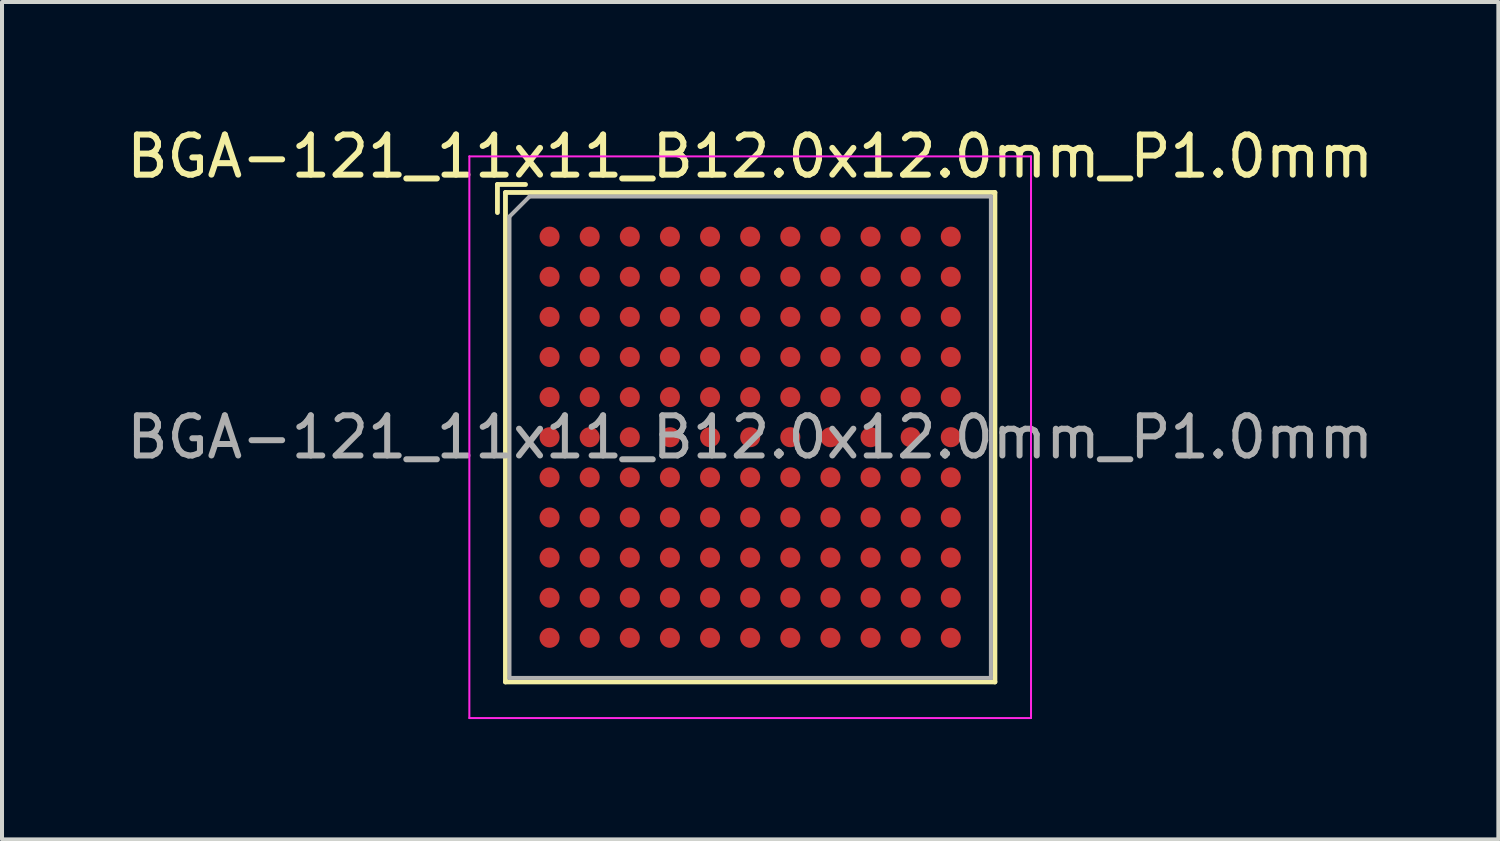
<source format=kicad_pcb>
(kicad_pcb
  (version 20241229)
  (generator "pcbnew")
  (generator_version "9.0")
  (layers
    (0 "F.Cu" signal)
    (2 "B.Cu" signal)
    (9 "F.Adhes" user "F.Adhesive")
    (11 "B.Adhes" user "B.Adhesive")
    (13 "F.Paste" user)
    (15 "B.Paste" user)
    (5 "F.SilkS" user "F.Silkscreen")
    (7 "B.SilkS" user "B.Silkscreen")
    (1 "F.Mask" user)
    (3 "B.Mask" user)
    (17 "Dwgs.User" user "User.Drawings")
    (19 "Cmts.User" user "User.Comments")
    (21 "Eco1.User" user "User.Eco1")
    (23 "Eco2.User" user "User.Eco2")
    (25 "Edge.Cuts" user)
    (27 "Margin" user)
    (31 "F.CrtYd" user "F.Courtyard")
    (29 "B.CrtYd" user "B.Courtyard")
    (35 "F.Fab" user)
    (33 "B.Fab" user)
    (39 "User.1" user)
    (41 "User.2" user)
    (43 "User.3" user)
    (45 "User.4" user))
  (footprint "BGA-121_11x11_B12.0x12.0mm_P1.0mm"
    (layer "F.Cu")
    (at 15.649 7.848)
    (property "Reference" "BGA-121_11x11_B12.0x12.0mm_P1.0mm" (at 0 -7 0) (layer "F.SilkS") (effects (font (size 1 1) (thickness 0.15))))
    (attr smd)
    (fp_line (start -6.3 -6.3) (end -5.6 -6.3) (stroke (width 0.12) (type solid)) (layer "F.SilkS"))
    (fp_line (start -6.3 -5.6) (end -6.3 -6.3) (stroke (width 0.12) (type solid)) (layer "F.SilkS"))
    (fp_line (start -6.1 -6.1) (end -6.1 6.1) (stroke (width 0.12) (type solid)) (layer "F.SilkS"))
    (fp_line (start -6.1 6.1) (end 6.1 6.1) (stroke (width 0.12) (type solid)) (layer "F.SilkS"))
    (fp_line (start 6.1 -6.1) (end -6.1 -6.1) (stroke (width 0.12) (type solid)) (layer "F.SilkS"))
    (fp_line (start 6.1 6.1) (end 6.1 -6.1) (stroke (width 0.12) (type solid)) (layer "F.SilkS"))
    (fp_line (start -7 -7) (end -7 7) (stroke (width 0.05) (type solid)) (layer "F.CrtYd"))
    (fp_line (start -7 -7) (end 7 -7) (stroke (width 0.05) (type solid)) (layer "F.CrtYd"))
    (fp_line (start 7 7) (end -7 7) (stroke (width 0.05) (type solid)) (layer "F.CrtYd"))
    (fp_line (start 7 7) (end 7 -7) (stroke (width 0.05) (type solid)) (layer "F.CrtYd"))
    (fp_line (start -6 -5.5) (end -6 6) (stroke (width 0.1) (type solid)) (layer "F.Fab"))
    (fp_line (start -6 6) (end 6 6) (stroke (width 0.1) (type solid)) (layer "F.Fab"))
    (fp_line (start -5.5 -6) (end -6 -5.5) (stroke (width 0.1) (type solid)) (layer "F.Fab"))
    (fp_line (start 6 -6) (end -5.5 -6) (stroke (width 0.1) (type solid)) (layer "F.Fab"))
    (fp_line (start 6 6) (end 6 -6) (stroke (width 0.1) (type solid)) (layer "F.Fab"))
    (fp_text user "${REFERENCE}" (at 0 0 0) (layer "F.Fab") (effects (font (size 1 1) (thickness 0.15))))
    (pad "A1" smd circle (at -5 -5) (size 0.5 0.5) (layers "F.Cu" "F.Mask" "F.Paste"))
    (pad "A2" smd circle (at -4 -5) (size 0.5 0.5) (layers "F.Cu" "F.Mask" "F.Paste"))
    (pad "A3" smd circle (at -3 -5) (size 0.5 0.5) (layers "F.Cu" "F.Mask" "F.Paste"))
    (pad "A4" smd circle (at -2 -5) (size 0.5 0.5) (layers "F.Cu" "F.Mask" "F.Paste"))
    (pad "A5" smd circle (at -1 -5) (size 0.5 0.5) (layers "F.Cu" "F.Mask" "F.Paste"))
    (pad "A6" smd circle (at 0 -5) (size 0.5 0.5) (layers "F.Cu" "F.Mask" "F.Paste"))
    (pad "A7" smd circle (at 1 -5) (size 0.5 0.5) (layers "F.Cu" "F.Mask" "F.Paste"))
    (pad "A8" smd circle (at 2 -5) (size 0.5 0.5) (layers "F.Cu" "F.Mask" "F.Paste"))
    (pad "A9" smd circle (at 3 -5) (size 0.5 0.5) (layers "F.Cu" "F.Mask" "F.Paste"))
    (pad "A10" smd circle (at 4 -5) (size 0.5 0.5) (layers "F.Cu" "F.Mask" "F.Paste"))
    (pad "A11" smd circle (at 5 -5) (size 0.5 0.5) (layers "F.Cu" "F.Mask" "F.Paste"))
    (pad "B1" smd circle (at -5 -4) (size 0.5 0.5) (layers "F.Cu" "F.Mask" "F.Paste"))
    (pad "B2" smd circle (at -4 -4) (size 0.5 0.5) (layers "F.Cu" "F.Mask" "F.Paste"))
    (pad "B3" smd circle (at -3 -4) (size 0.5 0.5) (layers "F.Cu" "F.Mask" "F.Paste"))
    (pad "B4" smd circle (at -2 -4) (size 0.5 0.5) (layers "F.Cu" "F.Mask" "F.Paste"))
    (pad "B5" smd circle (at -1 -4) (size 0.5 0.5) (layers "F.Cu" "F.Mask" "F.Paste"))
    (pad "B6" smd circle (at 0 -4) (size 0.5 0.5) (layers "F.Cu" "F.Mask" "F.Paste"))
    (pad "B7" smd circle (at 1 -4) (size 0.5 0.5) (layers "F.Cu" "F.Mask" "F.Paste"))
    (pad "B8" smd circle (at 2 -4) (size 0.5 0.5) (layers "F.Cu" "F.Mask" "F.Paste"))
    (pad "B9" smd circle (at 3 -4) (size 0.5 0.5) (layers "F.Cu" "F.Mask" "F.Paste"))
    (pad "B10" smd circle (at 4 -4) (size 0.5 0.5) (layers "F.Cu" "F.Mask" "F.Paste"))
    (pad "B11" smd circle (at 5 -4) (size 0.5 0.5) (layers "F.Cu" "F.Mask" "F.Paste"))
    (pad "C1" smd circle (at -5 -3) (size 0.5 0.5) (layers "F.Cu" "F.Mask" "F.Paste"))
    (pad "C2" smd circle (at -4 -3) (size 0.5 0.5) (layers "F.Cu" "F.Mask" "F.Paste"))
    (pad "C3" smd circle (at -3 -3) (size 0.5 0.5) (layers "F.Cu" "F.Mask" "F.Paste"))
    (pad "C4" smd circle (at -2 -3) (size 0.5 0.5) (layers "F.Cu" "F.Mask" "F.Paste"))
    (pad "C5" smd circle (at -1 -3) (size 0.5 0.5) (layers "F.Cu" "F.Mask" "F.Paste"))
    (pad "C6" smd circle (at 0 -3) (size 0.5 0.5) (layers "F.Cu" "F.Mask" "F.Paste"))
    (pad "C7" smd circle (at 1 -3) (size 0.5 0.5) (layers "F.Cu" "F.Mask" "F.Paste"))
    (pad "C8" smd circle (at 2 -3) (size 0.5 0.5) (layers "F.Cu" "F.Mask" "F.Paste"))
    (pad "C9" smd circle (at 3 -3) (size 0.5 0.5) (layers "F.Cu" "F.Mask" "F.Paste"))
    (pad "C10" smd circle (at 4 -3) (size 0.5 0.5) (layers "F.Cu" "F.Mask" "F.Paste"))
    (pad "C11" smd circle (at 5 -3) (size 0.5 0.5) (layers "F.Cu" "F.Mask" "F.Paste"))
    (pad "D1" smd circle (at -5 -2) (size 0.5 0.5) (layers "F.Cu" "F.Mask" "F.Paste"))
    (pad "D2" smd circle (at -4 -2) (size 0.5 0.5) (layers "F.Cu" "F.Mask" "F.Paste"))
    (pad "D3" smd circle (at -3 -2) (size 0.5 0.5) (layers "F.Cu" "F.Mask" "F.Paste"))
    (pad "D4" smd circle (at -2 -2) (size 0.5 0.5) (layers "F.Cu" "F.Mask" "F.Paste"))
    (pad "D5" smd circle (at -1 -2) (size 0.5 0.5) (layers "F.Cu" "F.Mask" "F.Paste"))
    (pad "D6" smd circle (at 0 -2) (size 0.5 0.5) (layers "F.Cu" "F.Mask" "F.Paste"))
    (pad "D7" smd circle (at 1 -2) (size 0.5 0.5) (layers "F.Cu" "F.Mask" "F.Paste"))
    (pad "D8" smd circle (at 2 -2) (size 0.5 0.5) (layers "F.Cu" "F.Mask" "F.Paste"))
    (pad "D9" smd circle (at 3 -2) (size 0.5 0.5) (layers "F.Cu" "F.Mask" "F.Paste"))
    (pad "D10" smd circle (at 4 -2) (size 0.5 0.5) (layers "F.Cu" "F.Mask" "F.Paste"))
    (pad "D11" smd circle (at 5 -2) (size 0.5 0.5) (layers "F.Cu" "F.Mask" "F.Paste"))
    (pad "E1" smd circle (at -5 -1) (size 0.5 0.5) (layers "F.Cu" "F.Mask" "F.Paste"))
    (pad "E2" smd circle (at -4 -1) (size 0.5 0.5) (layers "F.Cu" "F.Mask" "F.Paste"))
    (pad "E3" smd circle (at -3 -1) (size 0.5 0.5) (layers "F.Cu" "F.Mask" "F.Paste"))
    (pad "E4" smd circle (at -2 -1) (size 0.5 0.5) (layers "F.Cu" "F.Mask" "F.Paste"))
    (pad "E5" smd circle (at -1 -1) (size 0.5 0.5) (layers "F.Cu" "F.Mask" "F.Paste"))
    (pad "E6" smd circle (at 0 -1) (size 0.5 0.5) (layers "F.Cu" "F.Mask" "F.Paste"))
    (pad "E7" smd circle (at 1 -1) (size 0.5 0.5) (layers "F.Cu" "F.Mask" "F.Paste"))
    (pad "E8" smd circle (at 2 -1) (size 0.5 0.5) (layers "F.Cu" "F.Mask" "F.Paste"))
    (pad "E9" smd circle (at 3 -1) (size 0.5 0.5) (layers "F.Cu" "F.Mask" "F.Paste"))
    (pad "E10" smd circle (at 4 -1) (size 0.5 0.5) (layers "F.Cu" "F.Mask" "F.Paste"))
    (pad "E11" smd circle (at 5 -1) (size 0.5 0.5) (layers "F.Cu" "F.Mask" "F.Paste"))
    (pad "F1" smd circle (at -5 0) (size 0.5 0.5) (layers "F.Cu" "F.Mask" "F.Paste"))
    (pad "F2" smd circle (at -4 0) (size 0.5 0.5) (layers "F.Cu" "F.Mask" "F.Paste"))
    (pad "F3" smd circle (at -3 0) (size 0.5 0.5) (layers "F.Cu" "F.Mask" "F.Paste"))
    (pad "F4" smd circle (at -2 0) (size 0.5 0.5) (layers "F.Cu" "F.Mask" "F.Paste"))
    (pad "F5" smd circle (at -1 0) (size 0.5 0.5) (layers "F.Cu" "F.Mask" "F.Paste"))
    (pad "F6" smd circle (at 0 0) (size 0.5 0.5) (layers "F.Cu" "F.Mask" "F.Paste"))
    (pad "F7" smd circle (at 1 0) (size 0.5 0.5) (layers "F.Cu" "F.Mask" "F.Paste"))
    (pad "F8" smd circle (at 2 0) (size 0.5 0.5) (layers "F.Cu" "F.Mask" "F.Paste"))
    (pad "F9" smd circle (at 3 0) (size 0.5 0.5) (layers "F.Cu" "F.Mask" "F.Paste"))
    (pad "F10" smd circle (at 4 0) (size 0.5 0.5) (layers "F.Cu" "F.Mask" "F.Paste"))
    (pad "F11" smd circle (at 5 0) (size 0.5 0.5) (layers "F.Cu" "F.Mask" "F.Paste"))
    (pad "G1" smd circle (at -5 1) (size 0.5 0.5) (layers "F.Cu" "F.Mask" "F.Paste"))
    (pad "G2" smd circle (at -4 1) (size 0.5 0.5) (layers "F.Cu" "F.Mask" "F.Paste"))
    (pad "G3" smd circle (at -3 1) (size 0.5 0.5) (layers "F.Cu" "F.Mask" "F.Paste"))
    (pad "G4" smd circle (at -2 1) (size 0.5 0.5) (layers "F.Cu" "F.Mask" "F.Paste"))
    (pad "G5" smd circle (at -1 1) (size 0.5 0.5) (layers "F.Cu" "F.Mask" "F.Paste"))
    (pad "G6" smd circle (at 0 1) (size 0.5 0.5) (layers "F.Cu" "F.Mask" "F.Paste"))
    (pad "G7" smd circle (at 1 1) (size 0.5 0.5) (layers "F.Cu" "F.Mask" "F.Paste"))
    (pad "G8" smd circle (at 2 1) (size 0.5 0.5) (layers "F.Cu" "F.Mask" "F.Paste"))
    (pad "G9" smd circle (at 3 1) (size 0.5 0.5) (layers "F.Cu" "F.Mask" "F.Paste"))
    (pad "G10" smd circle (at 4 1) (size 0.5 0.5) (layers "F.Cu" "F.Mask" "F.Paste"))
    (pad "G11" smd circle (at 5 1) (size 0.5 0.5) (layers "F.Cu" "F.Mask" "F.Paste"))
    (pad "H1" smd circle (at -5 2) (size 0.5 0.5) (layers "F.Cu" "F.Mask" "F.Paste"))
    (pad "H2" smd circle (at -4 2) (size 0.5 0.5) (layers "F.Cu" "F.Mask" "F.Paste"))
    (pad "H3" smd circle (at -3 2) (size 0.5 0.5) (layers "F.Cu" "F.Mask" "F.Paste"))
    (pad "H4" smd circle (at -2 2) (size 0.5 0.5) (layers "F.Cu" "F.Mask" "F.Paste"))
    (pad "H5" smd circle (at -1 2) (size 0.5 0.5) (layers "F.Cu" "F.Mask" "F.Paste"))
    (pad "H6" smd circle (at 0 2) (size 0.5 0.5) (layers "F.Cu" "F.Mask" "F.Paste"))
    (pad "H7" smd circle (at 1 2) (size 0.5 0.5) (layers "F.Cu" "F.Mask" "F.Paste"))
    (pad "H8" smd circle (at 2 2) (size 0.5 0.5) (layers "F.Cu" "F.Mask" "F.Paste"))
    (pad "H9" smd circle (at 3 2) (size 0.5 0.5) (layers "F.Cu" "F.Mask" "F.Paste"))
    (pad "H10" smd circle (at 4 2) (size 0.5 0.5) (layers "F.Cu" "F.Mask" "F.Paste"))
    (pad "H11" smd circle (at 5 2) (size 0.5 0.5) (layers "F.Cu" "F.Mask" "F.Paste"))
    (pad "J1" smd circle (at -5 3) (size 0.5 0.5) (layers "F.Cu" "F.Mask" "F.Paste"))
    (pad "J2" smd circle (at -4 3) (size 0.5 0.5) (layers "F.Cu" "F.Mask" "F.Paste"))
    (pad "J3" smd circle (at -3 3) (size 0.5 0.5) (layers "F.Cu" "F.Mask" "F.Paste"))
    (pad "J4" smd circle (at -2 3) (size 0.5 0.5) (layers "F.Cu" "F.Mask" "F.Paste"))
    (pad "J5" smd circle (at -1 3) (size 0.5 0.5) (layers "F.Cu" "F.Mask" "F.Paste"))
    (pad "J6" smd circle (at 0 3) (size 0.5 0.5) (layers "F.Cu" "F.Mask" "F.Paste"))
    (pad "J7" smd circle (at 1 3) (size 0.5 0.5) (layers "F.Cu" "F.Mask" "F.Paste"))
    (pad "J8" smd circle (at 2 3) (size 0.5 0.5) (layers "F.Cu" "F.Mask" "F.Paste"))
    (pad "J9" smd circle (at 3 3) (size 0.5 0.5) (layers "F.Cu" "F.Mask" "F.Paste"))
    (pad "J10" smd circle (at 4 3) (size 0.5 0.5) (layers "F.Cu" "F.Mask" "F.Paste"))
    (pad "J11" smd circle (at 5 3) (size 0.5 0.5) (layers "F.Cu" "F.Mask" "F.Paste"))
    (pad "K1" smd circle (at -5 4) (size 0.5 0.5) (layers "F.Cu" "F.Mask" "F.Paste"))
    (pad "K2" smd circle (at -4 4) (size 0.5 0.5) (layers "F.Cu" "F.Mask" "F.Paste"))
    (pad "K3" smd circle (at -3 4) (size 0.5 0.5) (layers "F.Cu" "F.Mask" "F.Paste"))
    (pad "K4" smd circle (at -2 4) (size 0.5 0.5) (layers "F.Cu" "F.Mask" "F.Paste"))
    (pad "K5" smd circle (at -1 4) (size 0.5 0.5) (layers "F.Cu" "F.Mask" "F.Paste"))
    (pad "K6" smd circle (at 0 4) (size 0.5 0.5) (layers "F.Cu" "F.Mask" "F.Paste"))
    (pad "K7" smd circle (at 1 4) (size 0.5 0.5) (layers "F.Cu" "F.Mask" "F.Paste"))
    (pad "K8" smd circle (at 2 4) (size 0.5 0.5) (layers "F.Cu" "F.Mask" "F.Paste"))
    (pad "K9" smd circle (at 3 4) (size 0.5 0.5) (layers "F.Cu" "F.Mask" "F.Paste"))
    (pad "K10" smd circle (at 4 4) (size 0.5 0.5) (layers "F.Cu" "F.Mask" "F.Paste"))
    (pad "K11" smd circle (at 5 4) (size 0.5 0.5) (layers "F.Cu" "F.Mask" "F.Paste"))
    (pad "L1" smd circle (at -5 5) (size 0.5 0.5) (layers "F.Cu" "F.Mask" "F.Paste"))
    (pad "L2" smd circle (at -4 5) (size 0.5 0.5) (layers "F.Cu" "F.Mask" "F.Paste"))
    (pad "L3" smd circle (at -3 5) (size 0.5 0.5) (layers "F.Cu" "F.Mask" "F.Paste"))
    (pad "L4" smd circle (at -2 5) (size 0.5 0.5) (layers "F.Cu" "F.Mask" "F.Paste"))
    (pad "L5" smd circle (at -1 5) (size 0.5 0.5) (layers "F.Cu" "F.Mask" "F.Paste"))
    (pad "L6" smd circle (at 0 5) (size 0.5 0.5) (layers "F.Cu" "F.Mask" "F.Paste"))
    (pad "L7" smd circle (at 1 5) (size 0.5 0.5) (layers "F.Cu" "F.Mask" "F.Paste"))
    (pad "L8" smd circle (at 2 5) (size 0.5 0.5) (layers "F.Cu" "F.Mask" "F.Paste"))
    (pad "L9" smd circle (at 3 5) (size 0.5 0.5) (layers "F.Cu" "F.Mask" "F.Paste"))
    (pad "L10" smd circle (at 4 5) (size 0.5 0.5) (layers "F.Cu" "F.Mask" "F.Paste"))
    (pad "L11" smd circle (at 5 5) (size 0.5 0.5) (layers "F.Cu" "F.Mask" "F.Paste")))
  (gr_rect
    (start -3 -3)
    (end 34.298 17.873)
    (stroke (width 0.1) (type default))
    (fill no)
    (layer "Edge.Cuts")))
</source>
